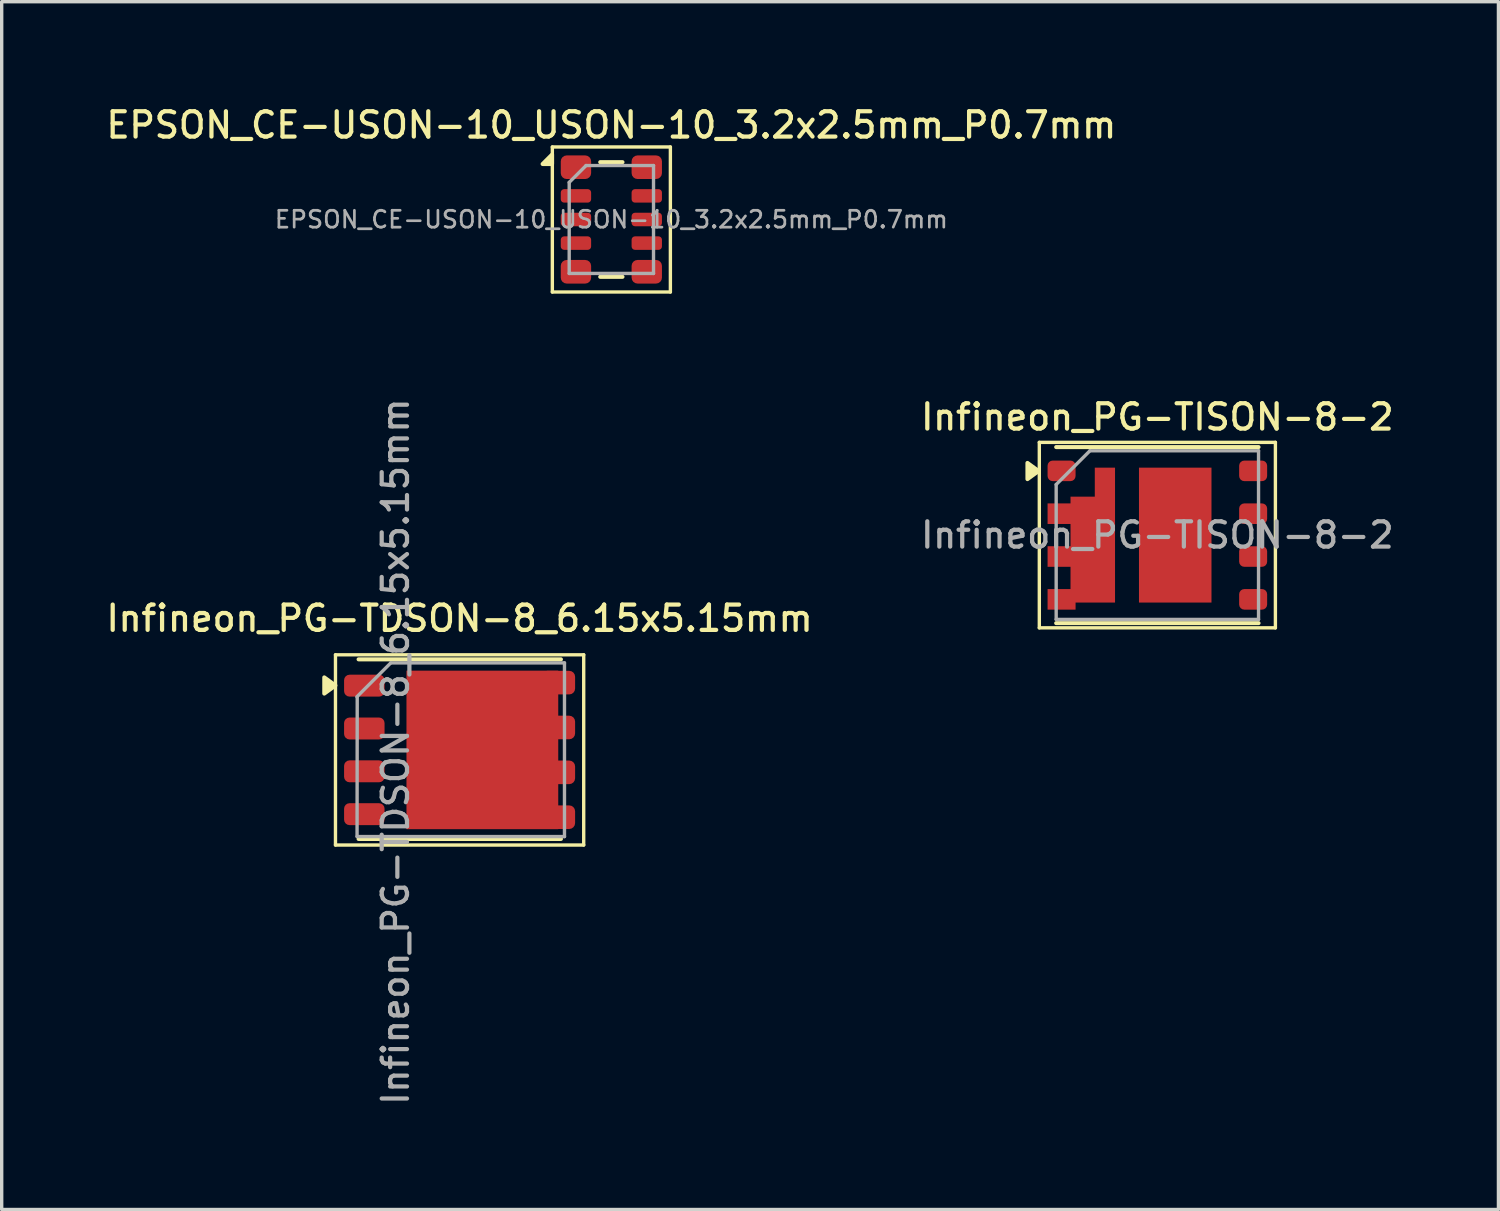
<source format=kicad_pcb>
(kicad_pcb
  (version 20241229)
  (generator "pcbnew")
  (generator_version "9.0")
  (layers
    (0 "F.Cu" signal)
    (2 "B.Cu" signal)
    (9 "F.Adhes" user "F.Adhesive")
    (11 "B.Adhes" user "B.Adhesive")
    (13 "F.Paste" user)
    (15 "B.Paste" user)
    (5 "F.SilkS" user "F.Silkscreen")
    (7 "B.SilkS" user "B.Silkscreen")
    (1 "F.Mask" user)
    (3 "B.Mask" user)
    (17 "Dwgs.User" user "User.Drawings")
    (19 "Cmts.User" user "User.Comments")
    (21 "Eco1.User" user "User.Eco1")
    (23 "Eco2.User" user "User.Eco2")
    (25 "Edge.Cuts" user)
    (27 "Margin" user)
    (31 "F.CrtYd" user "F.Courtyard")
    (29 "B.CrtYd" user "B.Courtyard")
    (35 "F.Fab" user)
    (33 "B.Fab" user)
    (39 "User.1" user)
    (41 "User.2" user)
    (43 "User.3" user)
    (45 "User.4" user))
  (footprint "Infineon_PG-TISON-8-2"
    (layer "F.Cu")
    (at 31.266 12.816)
    (property "Reference" "Infineon_PG-TISON-8-2" (at 0 -3.5 0) (layer "F.SilkS") (effects (font (size 0.75 0.75) (thickness 0.125))))
    (attr smd)
    (fp_line (start -3.5 -2.75) (end 3.5 -2.75) (stroke (width 0.1) (type solid)) (layer "F.SilkS"))
    (fp_line (start -3.5 2.75) (end -3.5 -2.75) (stroke (width 0.1) (type solid)) (layer "F.SilkS"))
    (fp_line (start 3 -2.61) (end -3 -2.61) (stroke (width 0.12) (type solid)) (layer "F.SilkS"))
    (fp_line (start 3 2.61) (end -3 2.61) (stroke (width 0.12) (type solid)) (layer "F.SilkS"))
    (fp_line (start 3.5 -2.75) (end 3.5 2.75) (stroke (width 0.1) (type solid)) (layer "F.SilkS"))
    (fp_line (start 3.5 2.75) (end -3.5 2.75) (stroke (width 0.1) (type solid)) (layer "F.SilkS"))
    (fp_poly (pts (xy -3.522 -1.9) (xy -3.852 -1.66) (xy -3.852 -2.14) (xy -3.522 -1.9)) (stroke (width 0.12) (type solid)) (fill yes) (layer "F.SilkS"))
    (fp_line (start -3 -1.5) (end -3 2.5) (stroke (width 0.1) (type solid)) (layer "F.Fab"))
    (fp_line (start -2 -2.5) (end -3 -1.5) (stroke (width 0.1) (type solid)) (layer "F.Fab"))
    (fp_line (start -2 -2.5) (end 3 -2.5) (stroke (width 0.1) (type solid)) (layer "F.Fab"))
    (fp_line (start 3 -2.5) (end 3 2.5) (stroke (width 0.1) (type solid)) (layer "F.Fab"))
    (fp_line (start 3 2.5) (end -3 2.5) (stroke (width 0.1) (type solid)) (layer "F.Fab"))
    (fp_text user "${REFERENCE}" (at 0 0 0) (layer "F.Fab") (effects (font (size 0.75 0.75) (thickness 0.125))))
    (pad "" smd rect (at -2.84 -0.635) (size 0.73 0.51) (layers "F.Paste"))
    (pad "" smd rect (at -2.84 0.635) (size 0.73 0.51) (layers "F.Paste"))
    (pad "" smd rect (at -2.84 1.905) (size 0.73 0.51) (layers "F.Paste"))
    (pad "" smd rect (at -1.82 -0.64) (size 0.9 0.5) (layers "F.Paste"))
    (pad "" smd rect (at -1.82 0.06) (size 0.9 0.5) (layers "F.Paste"))
    (pad "" smd rect (at -1.82 0.76) (size 0.9 0.5) (layers "F.Paste"))
    (pad "" smd rect (at -1.82 1.46) (size 0.9 0.5) (layers "F.Paste"))
    (pad "" smd rect (at -1.545 -1.6) (size 0.35 0.6) (layers "F.Paste"))
    (pad "" smd rect (at 0 -1.425) (size 0.75 0.75) (layers "F.Paste"))
    (pad "" smd rect (at 0 -0.475) (size 0.75 0.75) (layers "F.Paste"))
    (pad "" smd rect (at 0 0.475) (size 0.75 0.75) (layers "F.Paste"))
    (pad "" smd rect (at 0 1.425) (size 0.75 0.75) (layers "F.Paste"))
    (pad "" smd rect (at 1.025 -1.425) (size 0.75 0.75) (layers "F.Paste"))
    (pad "" smd rect (at 1.025 -0.475) (size 0.75 0.75) (layers "F.Paste"))
    (pad "" smd rect (at 1.025 0.475) (size 0.75 0.75) (layers "F.Paste"))
    (pad "" smd rect (at 1.025 1.425) (size 0.75 0.75) (layers "F.Paste"))
    (pad "1" smd roundrect (at -2.84 -1.905) (size 0.83 0.61) (layers "F.Cu" "F.Mask" "F.Paste") (roundrect_rratio 0.25))
    (pad "2" smd custom (at -1.555 0) (size 0.6 4) (layers "F.Cu" "F.Mask") (options (anchor rect)) (primitives (gr_poly (pts (xy -0.3 2) (xy -0.87 2) (xy -0.87 2.21) (xy -1.7 2.21) (xy -1.7 1.6) (xy -1.02 1.6) (xy -1.02 0.94) (xy -1.7 0.94) (xy -1.7 0.33) (xy -1.02 0.33) (xy -1.02 -0.33) (xy -1.7 -0.33) (xy -1.7 -0.94) (xy -1.02 -0.94) (xy -1.02 -1.14) (xy -0.3 -1.14)) (width 0) (fill yes))))
    (pad "3" smd roundrect (at 2.84 1.905) (size 0.83 0.61) (layers "F.Cu" "F.Mask" "F.Paste") (roundrect_rratio 0.25))
    (pad "4" smd roundrect (at 2.84 0.635) (size 0.83 0.61) (layers "F.Cu" "F.Mask" "F.Paste") (roundrect_rratio 0.25))
    (pad "5" smd roundrect (at 2.84 -0.635) (size 0.83 0.61) (layers "F.Cu" "F.Mask" "F.Paste") (roundrect_rratio 0.25))
    (pad "6" smd roundrect (at 2.84 -1.905) (size 0.83 0.61) (layers "F.Cu" "F.Mask" "F.Paste") (roundrect_rratio 0.25))
    (pad "7" smd rect (at 0.53 0) (size 2.15 4) (layers "F.Cu" "F.Mask")))
  (footprint "EPSON_CE-USON-10_USON-10_3.2x2.5mm_P0.7mm"
    (layer "F.Cu")
    (at 15.077 3.458)
    (property "Reference" "EPSON_CE-USON-10_USON-10_3.2x2.5mm_P0.7mm" (at 0 -2.8 0) (layer "F.SilkS") (effects (font (size 0.75 0.75) (thickness 0.125))))
    (attr smd)
    (fp_line (start -1.75 -2.15) (end -1.75 2.15) (stroke (width 0.1) (type solid)) (layer "F.SilkS"))
    (fp_line (start -1.75 -2.15) (end 1.75 -2.15) (stroke (width 0.1) (type solid)) (layer "F.SilkS"))
    (fp_line (start -1.75 2.15) (end 1.75 2.15) (stroke (width 0.1) (type solid)) (layer "F.SilkS"))
    (fp_line (start -0.33 -1.7) (end 0.33 -1.7) (stroke (width 0.12) (type solid)) (layer "F.SilkS"))
    (fp_line (start -0.33 1.7) (end 0.33 1.7) (stroke (width 0.12) (type solid)) (layer "F.SilkS"))
    (fp_line (start 1.75 -2.15) (end 1.75 2.15) (stroke (width 0.1) (type solid)) (layer "F.SilkS"))
    (fp_poly (pts (xy -1.758 -1.645) (xy -2.038 -1.645) (xy -1.758 -1.925) (xy -1.758 -1.645)) (stroke (width 0.12) (type solid)) (fill yes) (layer "F.SilkS"))
    (fp_line (start -1.25 -1.1) (end -1.25 1.6) (stroke (width 0.1) (type solid)) (layer "F.Fab"))
    (fp_line (start -1.25 -1.1) (end -0.75 -1.6) (stroke (width 0.1) (type default)) (layer "F.Fab"))
    (fp_line (start -1.25 1.6) (end 1.25 1.6) (stroke (width 0.1) (type solid)) (layer "F.Fab"))
    (fp_line (start -0.75 -1.6) (end 1.25 -1.6) (stroke (width 0.1) (type solid)) (layer "F.Fab"))
    (fp_line (start 1.25 -1.6) (end 1.25 1.6) (stroke (width 0.1) (type solid)) (layer "F.Fab"))
    (fp_text user "${REFERENCE}" (at 0 0 0) (layer "F.Fab") (effects (font (size 0.5 0.5) (thickness 0.08))))
    (pad "1" smd roundrect (at -1.05 -1.55) (size 0.9 0.7) (layers "F.Cu" "F.Mask" "F.Paste") (roundrect_rratio 0.25))
    (pad "2" smd roundrect (at -1.05 -0.7) (size 0.9 0.4) (layers "F.Cu" "F.Mask" "F.Paste") (roundrect_rratio 0.25))
    (pad "3" smd roundrect (at -1.05 0) (size 0.9 0.4) (layers "F.Cu" "F.Mask" "F.Paste") (roundrect_rratio 0.25))
    (pad "4" smd roundrect (at -1.05 0.7) (size 0.9 0.4) (layers "F.Cu" "F.Mask" "F.Paste") (roundrect_rratio 0.25))
    (pad "5" smd roundrect (at -1.05 1.55) (size 0.9 0.7) (layers "F.Cu" "F.Mask" "F.Paste") (roundrect_rratio 0.25))
    (pad "6" smd roundrect (at 1.05 1.55) (size 0.9 0.7) (layers "F.Cu" "F.Mask" "F.Paste") (roundrect_rratio 0.25))
    (pad "7" smd roundrect (at 1.05 0.7) (size 0.9 0.4) (layers "F.Cu" "F.Mask" "F.Paste") (roundrect_rratio 0.25))
    (pad "8" smd roundrect (at 1.05 0) (size 0.9 0.4) (layers "F.Cu" "F.Mask" "F.Paste") (roundrect_rratio 0.25))
    (pad "9" smd roundrect (at 1.05 -0.7) (size 0.9 0.4) (layers "F.Cu" "F.Mask" "F.Paste") (roundrect_rratio 0.25))
    (pad "10" smd roundrect (at 1.05 -1.55) (size 0.9 0.7) (layers "F.Cu" "F.Mask" "F.Paste") (roundrect_rratio 0.25)))
  (footprint "Infineon_PG-TDSON-8_6.15x5.15mm"
    (layer "F.Cu")
    (at 10.577 19.185)
    (property "Reference" "Infineon_PG-TDSON-8_6.15x5.15mm" (at 0 -3.9 0) (layer "F.SilkS") (effects (font (size 0.75 0.75) (thickness 0.125))))
    (attr smd)
    (fp_line (start -3.68 -2.82) (end 3.68 -2.82) (stroke (width 0.1) (type solid)) (layer "F.SilkS"))
    (fp_line (start -3.68 2.82) (end -3.68 -2.82) (stroke (width 0.1) (type solid)) (layer "F.SilkS"))
    (fp_line (start 3.005 -2.685) (end -2.995 -2.685) (stroke (width 0.12) (type solid)) (layer "F.SilkS"))
    (fp_line (start 3.005 2.64) (end -2.995 2.64) (stroke (width 0.12) (type solid)) (layer "F.SilkS"))
    (fp_line (start 3.68 -2.82) (end 3.68 2.82) (stroke (width 0.1) (type solid)) (layer "F.SilkS"))
    (fp_line (start 3.68 2.82) (end -3.68 2.82) (stroke (width 0.1) (type solid)) (layer "F.SilkS"))
    (fp_poly (pts (xy -3.682 -1.91) (xy -4.012 -1.67) (xy -4.012 -2.15) (xy -3.682 -1.91)) (stroke (width 0.12) (type solid)) (fill yes) (layer "F.SilkS"))
    (fp_line (start -3.035 -1.57) (end -3.04 2.56) (stroke (width 0.1) (type solid)) (layer "F.Fab"))
    (fp_line (start -2.045 -2.575) (end -3.045 -1.575) (stroke (width 0.1) (type solid)) (layer "F.Fab"))
    (fp_line (start -2.04 -2.58) (end 3.11 -2.58) (stroke (width 0.1) (type solid)) (layer "F.Fab"))
    (fp_line (start 3.11 -2.58) (end 3.11 2.57) (stroke (width 0.1) (type solid)) (layer "F.Fab"))
    (fp_line (start 3.11 2.57) (end -3.04 2.57) (stroke (width 0.1) (type solid)) (layer "F.Fab"))
    (fp_text user "${REFERENCE}" (at -1.9 0.05 90) (layer "F.Fab") (effects (font (size 0.75 0.75) (thickness 0.125))))
    (pad "" smd rect (at -0.8 -1.725) (size 0.9 0.9) (layers "F.Paste"))
    (pad "" smd rect (at -0.8 -0.575) (size 0.9 0.9) (layers "F.Paste"))
    (pad "" smd rect (at -0.8 0.575) (size 0.9 0.9) (layers "F.Paste"))
    (pad "" smd rect (at -0.8 1.725) (size 0.9 0.9) (layers "F.Paste"))
    (pad "" smd rect (at 0.425 -1.725) (size 0.9 0.9) (layers "F.Paste"))
    (pad "" smd rect (at 0.425 -0.575) (size 0.9 0.9) (layers "F.Paste"))
    (pad "" smd rect (at 0.425 0.575) (size 0.9 0.9) (layers "F.Paste"))
    (pad "" smd rect (at 0.425 1.725) (size 0.9 0.9) (layers "F.Paste"))
    (pad "" smd rect (at 1.625 -1.725) (size 0.9 0.9) (layers "F.Paste"))
    (pad "" smd rect (at 1.625 -0.575) (size 0.9 0.9) (layers "F.Paste"))
    (pad "" smd rect (at 1.625 0.575) (size 0.9 0.9) (layers "F.Paste"))
    (pad "" smd rect (at 1.625 1.725) (size 0.9 0.9) (layers "F.Paste"))
    (pad "1" smd roundrect (at -2.825 -1.905) (size 1.2 0.65) (layers "F.Cu" "F.Mask" "F.Paste") (roundrect_rratio 0.25))
    (pad "2" smd roundrect (at -2.825 -0.635) (size 1.2 0.65) (layers "F.Cu" "F.Mask" "F.Paste") (roundrect_rratio 0.25))
    (pad "3" smd roundrect (at -2.825 0.635) (size 1.2 0.65) (layers "F.Cu" "F.Mask" "F.Paste") (roundrect_rratio 0.25))
    (pad "4" smd roundrect (at -2.825 1.905) (size 1.2 0.65) (layers "F.Cu" "F.Mask" "F.Paste") (roundrect_rratio 0.25))
    (pad "5" smd rect (at 0.675 0) (size 4.5 4.7) (layers "F.Cu" "F.Mask"))
    (pad "5" smd roundrect (at 2.925 -1.995) (size 1 0.7) (layers "F.Cu" "F.Mask" "F.Paste") (roundrect_rratio 0.25))
    (pad "5" smd roundrect (at 2.925 -0.665) (size 1 0.7) (layers "F.Cu" "F.Mask" "F.Paste") (roundrect_rratio 0.25))
    (pad "5" smd roundrect (at 2.925 0.665) (size 1 0.7) (layers "F.Cu" "F.Mask" "F.Paste") (roundrect_rratio 0.25))
    (pad "5" smd roundrect (at 2.925 1.995) (size 1 0.7) (layers "F.Cu" "F.Mask" "F.Paste") (roundrect_rratio 0.25)))
  (gr_rect
    (start -3 -3)
    (end 41.379 32.812)
    (stroke (width 0.1) (type default))
    (fill no)
    (layer "Edge.Cuts")))
</source>
